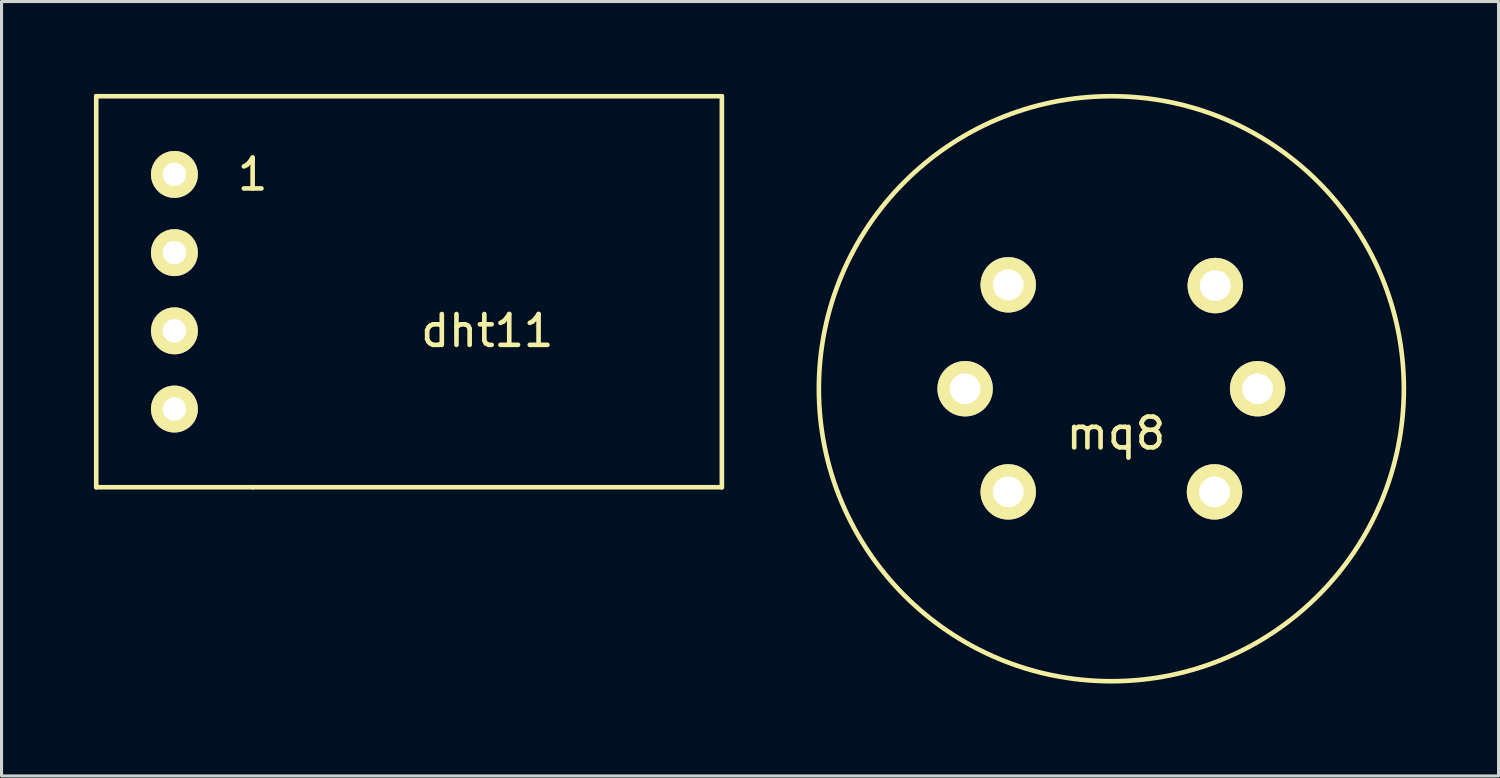
<source format=kicad_pcb>
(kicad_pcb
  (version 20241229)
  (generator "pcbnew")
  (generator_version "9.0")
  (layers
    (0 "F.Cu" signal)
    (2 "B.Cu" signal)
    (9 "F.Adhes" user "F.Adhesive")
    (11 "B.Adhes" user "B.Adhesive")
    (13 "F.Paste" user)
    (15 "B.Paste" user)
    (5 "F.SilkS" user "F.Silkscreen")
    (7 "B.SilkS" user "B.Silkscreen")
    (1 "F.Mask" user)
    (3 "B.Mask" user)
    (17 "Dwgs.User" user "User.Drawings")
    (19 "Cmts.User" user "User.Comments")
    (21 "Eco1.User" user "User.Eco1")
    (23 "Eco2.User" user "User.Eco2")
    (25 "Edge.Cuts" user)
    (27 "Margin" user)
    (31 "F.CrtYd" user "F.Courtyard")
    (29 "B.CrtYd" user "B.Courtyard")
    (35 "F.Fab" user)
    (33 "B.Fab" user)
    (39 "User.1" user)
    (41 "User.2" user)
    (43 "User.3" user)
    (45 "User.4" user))
  (footprint "dht11"
    (layer "F.Cu")
    (at 2.615 12.775)
    (property "Reference" "dht11" (at 10.16 -5.08 0) (layer "F.SilkS") (effects (font (size 1 1) (thickness 0.15))))
    (attr through_hole)
    (fp_line (start -2.54 -12.7) (end -2.54 0) (stroke (width 0.15) (type solid)) (layer "F.SilkS"))
    (fp_line (start -2.54 0) (end 2.54 0) (stroke (width 0.15) (type solid)) (layer "F.SilkS"))
    (fp_line (start 2.54 0) (end 17.78 0) (stroke (width 0.15) (type solid)) (layer "F.SilkS"))
    (fp_line (start 17.78 -12.7) (end -2.54 -12.7) (stroke (width 0.15) (type solid)) (layer "F.SilkS"))
    (fp_line (start 17.78 0) (end 17.78 -12.7) (stroke (width 0.15) (type solid)) (layer "F.SilkS"))
    (fp_text user "1" (at 2.54 -10.16 0) (layer "F.SilkS") (effects (font (size 1 1) (thickness 0.15))))
    (pad "1" thru_hole circle (at 0 -10.16) (size 1.524 1.524) (drill 0.762) (layers "*.Cu" "*.Mask" "F.SilkS"))
    (pad "2" thru_hole circle (at 0 -7.62) (size 1.524 1.524) (drill 0.762) (layers "*.Cu" "*.Mask" "F.SilkS"))
    (pad "3" thru_hole circle (at 0 -5.08) (size 1.524 1.524) (drill 0.762) (layers "*.Cu" "*.Mask" "F.SilkS"))
    (pad "4" thru_hole circle (at 0 -2.54) (size 1.524 1.524) (drill 0.762) (layers "*.Cu" "*.Mask" "F.SilkS")))
  (footprint "mq8"
    (layer "F.Cu")
    (at 33.045 9.575)
    (property "Reference" "mq8" (at 0.15 1.45 0) (layer "F.SilkS") (effects (font (size 1 1) (thickness 0.15))))
    (attr through_hole)
    (fp_circle (center 0 0) (end 9.5 0) (stroke (width 0.15) (type solid)) (fill no) (layer "F.SilkS"))
    (pad "1" thru_hole circle (at 3.375 -3.35) (size 1.8 1.8) (drill 1) (layers "*.Cu" "*.Mask" "F.SilkS"))
    (pad "2" thru_hole circle (at 4.75 0) (size 1.8 1.8) (drill 1) (layers "*.Cu" "*.Mask" "F.SilkS"))
    (pad "3" thru_hole circle (at 3.35 3.35) (size 1.8 1.8) (drill 1) (layers "*.Cu" "*.Mask" "F.SilkS"))
    (pad "4" thru_hole circle (at -3.35 3.35) (size 1.8 1.8) (drill 1) (layers "*.Cu" "*.Mask" "F.SilkS"))
    (pad "5" thru_hole circle (at -4.75 0) (size 1.8 1.8) (drill 1) (layers "*.Cu" "*.Mask" "F.SilkS"))
    (pad "6" thru_hole circle (at -3.35 -3.375) (size 1.8 1.8) (drill 1) (layers "*.Cu" "*.Mask" "F.SilkS")))
  (gr_rect
    (start -3 -3)
    (end 45.62 22.15)
    (stroke (width 0.1) (type default))
    (fill no)
    (layer "Edge.Cuts")))
</source>
